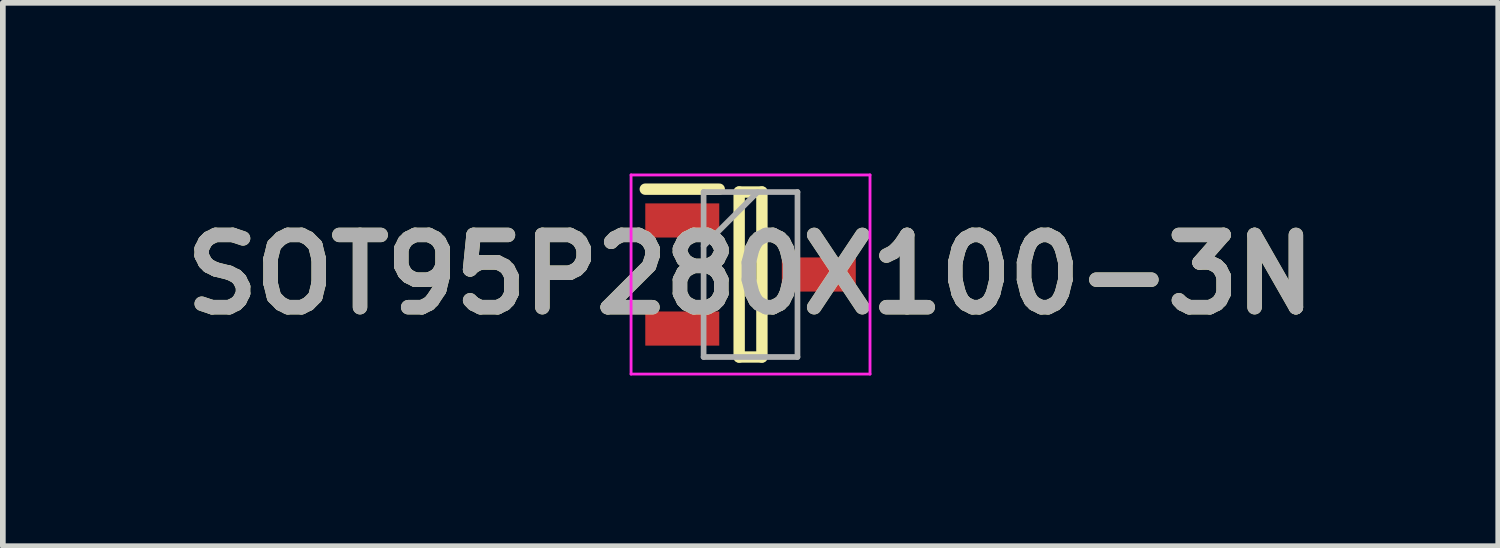
<source format=kicad_pcb>
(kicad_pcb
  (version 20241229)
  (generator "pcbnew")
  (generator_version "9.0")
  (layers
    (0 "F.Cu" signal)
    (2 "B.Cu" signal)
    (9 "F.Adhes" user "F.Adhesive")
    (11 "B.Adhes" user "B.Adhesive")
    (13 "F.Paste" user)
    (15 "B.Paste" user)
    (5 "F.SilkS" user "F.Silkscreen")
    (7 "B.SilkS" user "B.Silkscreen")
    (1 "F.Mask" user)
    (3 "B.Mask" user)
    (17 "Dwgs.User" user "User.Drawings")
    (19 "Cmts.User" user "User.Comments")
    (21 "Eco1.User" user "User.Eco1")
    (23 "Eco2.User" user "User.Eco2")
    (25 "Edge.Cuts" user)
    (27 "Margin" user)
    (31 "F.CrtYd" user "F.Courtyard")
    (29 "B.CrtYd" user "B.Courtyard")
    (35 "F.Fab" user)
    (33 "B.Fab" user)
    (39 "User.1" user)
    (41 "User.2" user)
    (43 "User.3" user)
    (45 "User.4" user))
  (footprint "SOT95P280X100-3N"
    (layer "F.Cu")
    (at 10.142 1.775)
    (property "Reference" "SOT95P280X100-3N" (at 0 0 0) (layer "F.SilkS") (effects (font (size 1.27 1.27) (thickness 0.254))))
    (attr smd)
    (fp_line (start -1.85 -1.5) (end -0.55 -1.5) (stroke (width 0.2) (type solid)) (layer "F.SilkS"))
    (fp_line (start -0.2 -1.45) (end 0.2 -1.45) (stroke (width 0.2) (type solid)) (layer "F.SilkS"))
    (fp_line (start -0.2 1.45) (end -0.2 -1.45) (stroke (width 0.2) (type solid)) (layer "F.SilkS"))
    (fp_line (start 0.2 -1.45) (end 0.2 1.45) (stroke (width 0.2) (type solid)) (layer "F.SilkS"))
    (fp_line (start 0.2 1.45) (end -0.2 1.45) (stroke (width 0.2) (type solid)) (layer "F.SilkS"))
    (fp_line (start -2.1 -1.75) (end 2.1 -1.75) (stroke (width 0.05) (type solid)) (layer "F.CrtYd"))
    (fp_line (start -2.1 1.75) (end -2.1 -1.75) (stroke (width 0.05) (type solid)) (layer "F.CrtYd"))
    (fp_line (start 2.1 -1.75) (end 2.1 1.75) (stroke (width 0.05) (type solid)) (layer "F.CrtYd"))
    (fp_line (start 2.1 1.75) (end -2.1 1.75) (stroke (width 0.05) (type solid)) (layer "F.CrtYd"))
    (fp_line (start -0.825 -1.45) (end 0.825 -1.45) (stroke (width 0.1) (type solid)) (layer "F.Fab"))
    (fp_line (start -0.825 -0.5) (end 0.125 -1.45) (stroke (width 0.1) (type solid)) (layer "F.Fab"))
    (fp_line (start -0.825 1.45) (end -0.825 -1.45) (stroke (width 0.1) (type solid)) (layer "F.Fab"))
    (fp_line (start 0.825 -1.45) (end 0.825 1.45) (stroke (width 0.1) (type solid)) (layer "F.Fab"))
    (fp_line (start 0.825 1.45) (end -0.825 1.45) (stroke (width 0.1) (type solid)) (layer "F.Fab"))
    (fp_text user "${REFERENCE}" (at 0 0 0) (layer "F.Fab") (effects (font (size 1.27 1.27) (thickness 0.254))))
    (pad "1" smd rect (at -1.2 -0.95 90) (size 0.6 1.3) (layers "F.Cu" "F.Mask" "F.Paste"))
    (pad "2" smd rect (at -1.2 0.95 90) (size 0.6 1.3) (layers "F.Cu" "F.Mask" "F.Paste"))
    (pad "3" smd rect (at 1.2 0 90) (size 0.6 1.3) (layers "F.Cu" "F.Mask" "F.Paste")))
  (gr_rect
    (start -3 -3)
    (end 23.284 6.55)
    (stroke (width 0.1) (type default))
    (fill no)
    (layer "Edge.Cuts")))
</source>
